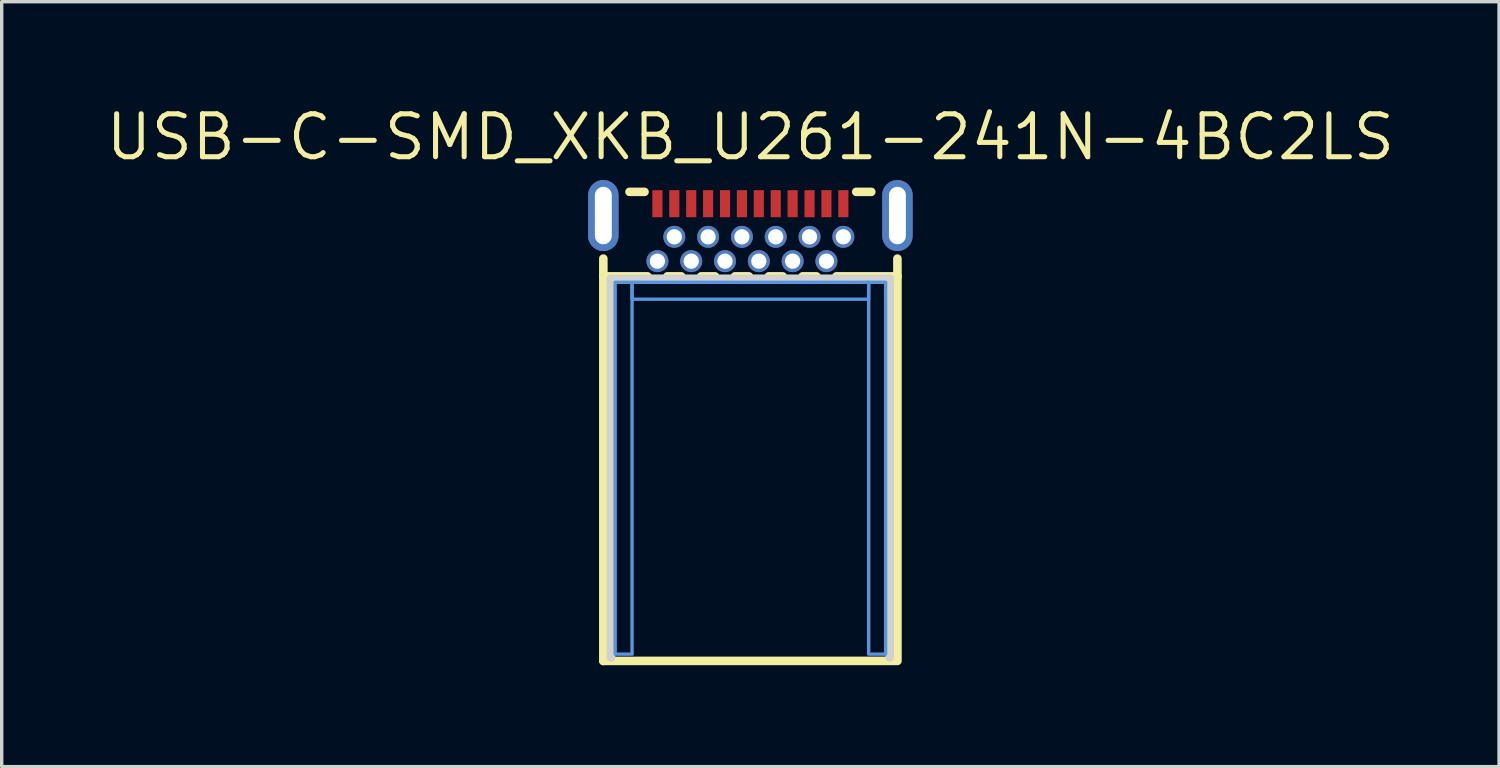
<source format=kicad_pcb>
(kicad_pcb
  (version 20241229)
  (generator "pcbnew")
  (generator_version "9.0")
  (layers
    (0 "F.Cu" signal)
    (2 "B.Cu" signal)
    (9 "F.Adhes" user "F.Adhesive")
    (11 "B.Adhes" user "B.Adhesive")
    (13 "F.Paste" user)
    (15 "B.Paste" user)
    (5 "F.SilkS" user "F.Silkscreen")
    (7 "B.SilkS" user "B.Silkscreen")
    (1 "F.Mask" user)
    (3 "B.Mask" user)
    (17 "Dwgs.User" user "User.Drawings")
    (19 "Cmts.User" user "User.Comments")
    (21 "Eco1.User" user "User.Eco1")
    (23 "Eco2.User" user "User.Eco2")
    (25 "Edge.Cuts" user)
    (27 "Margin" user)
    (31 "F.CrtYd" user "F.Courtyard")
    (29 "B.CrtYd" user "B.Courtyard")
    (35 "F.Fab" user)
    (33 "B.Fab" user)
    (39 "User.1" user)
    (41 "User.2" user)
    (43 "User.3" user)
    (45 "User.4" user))
  (footprint "USB-C-SMD_XKB_U261-241N-4BC2LS"
    (layer "F.Cu")
    (at 19.148 3.826)
    (property "Reference" "USB-C-SMD_XKB_U261-241N-4BC2LS" (at 0 -2.82 0) (layer "F.SilkS") (effects (font (size 1.27 1.27) (thickness 0.15))))
    (attr smd)
    (fp_line (start -4.35 1.299) (end -4.35 12.676) (stroke (width 0.254) (type solid)) (layer "F.SilkS"))
    (fp_line (start -4.35 1.3) (end -4.35 0.774) (stroke (width 0.254) (type solid)) (layer "F.SilkS"))
    (fp_line (start -4.35 12.676) (end 4.3 12.675) (stroke (width 0.254) (type solid)) (layer "F.SilkS"))
    (fp_line (start -3.131 -1.2) (end -3.576 -1.2) (stroke (width 0.254) (type solid)) (layer "F.SilkS"))
    (fp_line (start -3.044 1.3) (end -4.35 1.3) (stroke (width 0.254) (type solid)) (layer "F.SilkS"))
    (fp_line (start -2.044 1.3) (end -2.456 1.3) (stroke (width 0.254) (type solid)) (layer "F.SilkS"))
    (fp_line (start -1.044 1.3) (end -1.456 1.3) (stroke (width 0.254) (type solid)) (layer "F.SilkS"))
    (fp_line (start -0.044 1.3) (end -0.456 1.3) (stroke (width 0.254) (type solid)) (layer "F.SilkS"))
    (fp_line (start 0.956 1.3) (end 0.544 1.3) (stroke (width 0.254) (type solid)) (layer "F.SilkS"))
    (fp_line (start 1.956 1.3) (end 1.544 1.3) (stroke (width 0.254) (type solid)) (layer "F.SilkS"))
    (fp_line (start 3.576 -1.2) (end 3.131 -1.2) (stroke (width 0.254) (type solid)) (layer "F.SilkS"))
    (fp_line (start 4.35 1.3) (end 2.544 1.3) (stroke (width 0.254) (type solid)) (layer "F.SilkS"))
    (fp_line (start 4.35 1.3) (end 4.35 0.774) (stroke (width 0.254) (type solid)) (layer "F.SilkS"))
    (fp_line (start 4.35 1.3) (end 4.35 12.676) (stroke (width 0.254) (type solid)) (layer "F.SilkS"))
    (fp_poly (pts (xy -2.6 -0.45) (xy -2.6 -1.25) (xy -2.9 -1.25) (xy -2.9 -0.45)) (stroke (width 0) (type solid)) (fill yes) (layer "F.Paste"))
    (fp_poly (pts (xy -2.1 -0.45) (xy -2.1 -1.25) (xy -2.4 -1.25) (xy -2.4 -0.45)) (stroke (width 0) (type solid)) (fill yes) (layer "F.Paste"))
    (fp_poly (pts (xy -1.6 -0.45) (xy -1.6 -1.25) (xy -1.9 -1.25) (xy -1.9 -0.45)) (stroke (width 0) (type solid)) (fill yes) (layer "F.Paste"))
    (fp_poly (pts (xy -1.1 -0.45) (xy -1.1 -1.25) (xy -1.4 -1.25) (xy -1.4 -0.45)) (stroke (width 0) (type solid)) (fill yes) (layer "F.Paste"))
    (fp_poly (pts (xy -0.6 -0.45) (xy -0.6 -1.25) (xy -0.9 -1.25) (xy -0.9 -0.45)) (stroke (width 0) (type solid)) (fill yes) (layer "F.Paste"))
    (fp_poly (pts (xy -0.1 -0.45) (xy -0.1 -1.25) (xy -0.4 -1.25) (xy -0.4 -0.45)) (stroke (width 0) (type solid)) (fill yes) (layer "F.Paste"))
    (fp_poly (pts (xy 0.4 -0.45) (xy 0.4 -1.25) (xy 0.1 -1.25) (xy 0.1 -0.45)) (stroke (width 0) (type solid)) (fill yes) (layer "F.Paste"))
    (fp_poly (pts (xy 0.9 -0.45) (xy 0.9 -1.25) (xy 0.6 -1.25) (xy 0.6 -0.45)) (stroke (width 0) (type solid)) (fill yes) (layer "F.Paste"))
    (fp_poly (pts (xy 1.4 -0.45) (xy 1.4 -1.25) (xy 1.1 -1.25) (xy 1.1 -0.45)) (stroke (width 0) (type solid)) (fill yes) (layer "F.Paste"))
    (fp_poly (pts (xy 1.6 -1.25) (xy 1.6 -0.45) (xy 1.9 -0.45) (xy 1.9 -1.25)) (stroke (width 0) (type solid)) (fill yes) (layer "F.Paste"))
    (fp_poly (pts (xy 2.1 -1.25) (xy 2.1 -0.45) (xy 2.4 -0.45) (xy 2.4 -1.25)) (stroke (width 0) (type solid)) (fill yes) (layer "F.Paste"))
    (fp_poly (pts (xy 2.6 -1.25) (xy 2.6 -0.45) (xy 2.9 -0.45) (xy 2.9 -1.25)) (stroke (width 0) (type solid)) (fill yes) (layer "F.Paste"))
    (fp_poly (pts (xy -2.731 0.601) (xy -2.756 0.6) (xy -2.781 0.602) (xy -2.806 0.606) (xy -2.83 0.613) (xy -2.853 0.622) (xy -2.875 0.634) (xy -2.896 0.647) (xy -2.915 0.663) (xy -2.933 0.68) (xy -2.949 0.699) (xy -2.963 0.72) (xy -2.975 0.742) (xy -2.985 0.765) (xy -2.992 0.788) (xy -2.997 0.813) (xy -3 0.838) (xy -3 0.862) (xy -2.997 0.887) (xy -2.992 0.912) (xy -2.985 0.936) (xy -2.975 0.958) (xy -2.963 0.98) (xy -2.949 1.001) (xy -2.933 1.02) (xy -2.915 1.037) (xy -2.896 1.053) (xy -2.875 1.067) (xy -2.853 1.078) (xy -2.83 1.087) (xy -2.806 1.094) (xy -2.781 1.098) (xy -2.756 1.1) (xy -2.731 1.099) (xy -2.707 1.096) (xy -2.682 1.091) (xy -2.659 1.083) (xy -2.636 1.072) (xy -2.614 1.06) (xy -2.594 1.045) (xy -2.576 1.029) (xy -2.559 1.011) (xy -2.544 0.991) (xy -2.531 0.97) (xy -2.52 0.947) (xy -2.511 0.924) (xy -2.505 0.9) (xy -2.501 0.875) (xy -2.5 0.85) (xy -2.501 0.825) (xy -2.505 0.8) (xy -2.511 0.776) (xy -2.52 0.753) (xy -2.531 0.73) (xy -2.544 0.709) (xy -2.559 0.689) (xy -2.576 0.671) (xy -2.594 0.655) (xy -2.614 0.64) (xy -2.636 0.628) (xy -2.659 0.617) (xy -2.682 0.609) (xy -2.707 0.604)) (stroke (width 0) (type solid)) (fill yes) (layer "F.Paste"))
    (fp_poly (pts (xy -2.256 -0.12) (xy -2.281 -0.118) (xy -2.306 -0.114) (xy -2.33 -0.107) (xy -2.353 -0.098) (xy -2.375 -0.087) (xy -2.396 -0.073) (xy -2.415 -0.057) (xy -2.433 -0.04) (xy -2.449 -0.021) (xy -2.463 0) (xy -2.475 0.022) (xy -2.485 0.045) (xy -2.492 0.068) (xy -2.497 0.093) (xy -2.5 0.118) (xy -2.5 0.142) (xy -2.497 0.167) (xy -2.492 0.192) (xy -2.485 0.215) (xy -2.475 0.238) (xy -2.463 0.26) (xy -2.449 0.281) (xy -2.433 0.3) (xy -2.415 0.317) (xy -2.396 0.333) (xy -2.375 0.347) (xy -2.353 0.358) (xy -2.33 0.367) (xy -2.306 0.374) (xy -2.281 0.378) (xy -2.256 0.38) (xy -2.231 0.379) (xy -2.207 0.376) (xy -2.182 0.371) (xy -2.159 0.363) (xy -2.136 0.352) (xy -2.114 0.34) (xy -2.094 0.325) (xy -2.075 0.309) (xy -2.058 0.291) (xy -2.043 0.271) (xy -2.03 0.25) (xy -2.02 0.227) (xy -2.011 0.204) (xy -2.005 0.18) (xy -2.001 0.155) (xy -2 0.13) (xy -2.001 0.105) (xy -2.005 0.08) (xy -2.011 0.056) (xy -2.02 0.033) (xy -2.03 0.01) (xy -2.043 -0.011) (xy -2.058 -0.031) (xy -2.075 -0.049) (xy -2.094 -0.065) (xy -2.114 -0.08) (xy -2.136 -0.092) (xy -2.159 -0.103) (xy -2.182 -0.111) (xy -2.207 -0.116) (xy -2.231 -0.119)) (stroke (width 0) (type solid)) (fill yes) (layer "F.Paste"))
    (fp_poly (pts (xy -1.756 0.6) (xy -1.781 0.602) (xy -1.806 0.606) (xy -1.83 0.613) (xy -1.853 0.622) (xy -1.875 0.633) (xy -1.896 0.647) (xy -1.915 0.663) (xy -1.933 0.68) (xy -1.949 0.699) (xy -1.963 0.72) (xy -1.975 0.742) (xy -1.985 0.764) (xy -1.992 0.788) (xy -1.997 0.813) (xy -2 0.838) (xy -2 0.862) (xy -1.997 0.887) (xy -1.992 0.912) (xy -1.985 0.935) (xy -1.975 0.958) (xy -1.963 0.98) (xy -1.949 1.001) (xy -1.933 1.02) (xy -1.915 1.037) (xy -1.896 1.053) (xy -1.875 1.066) (xy -1.853 1.078) (xy -1.83 1.087) (xy -1.806 1.094) (xy -1.781 1.098) (xy -1.756 1.1) (xy -1.731 1.099) (xy -1.707 1.096) (xy -1.682 1.091) (xy -1.659 1.083) (xy -1.636 1.072) (xy -1.614 1.06) (xy -1.594 1.045) (xy -1.576 1.029) (xy -1.559 1.011) (xy -1.544 0.991) (xy -1.531 0.97) (xy -1.52 0.947) (xy -1.511 0.924) (xy -1.505 0.9) (xy -1.501 0.875) (xy -1.5 0.85) (xy -1.501 0.825) (xy -1.505 0.8) (xy -1.511 0.776) (xy -1.52 0.753) (xy -1.531 0.73) (xy -1.544 0.709) (xy -1.559 0.689) (xy -1.576 0.671) (xy -1.594 0.655) (xy -1.614 0.64) (xy -1.636 0.628) (xy -1.659 0.617) (xy -1.682 0.609) (xy -1.707 0.604) (xy -1.731 0.601)) (stroke (width 0) (type solid)) (fill yes) (layer "F.Paste"))
    (fp_poly (pts (xy -1.231 -0.119) (xy -1.256 -0.12) (xy -1.281 -0.118) (xy -1.306 -0.114) (xy -1.33 -0.107) (xy -1.353 -0.098) (xy -1.375 -0.087) (xy -1.396 -0.073) (xy -1.415 -0.057) (xy -1.433 -0.04) (xy -1.449 -0.021) (xy -1.463 0) (xy -1.475 0.022) (xy -1.485 0.045) (xy -1.492 0.068) (xy -1.497 0.093) (xy -1.5 0.118) (xy -1.5 0.142) (xy -1.497 0.167) (xy -1.492 0.192) (xy -1.485 0.215) (xy -1.475 0.238) (xy -1.463 0.26) (xy -1.449 0.281) (xy -1.433 0.3) (xy -1.415 0.317) (xy -1.396 0.333) (xy -1.375 0.347) (xy -1.353 0.358) (xy -1.33 0.367) (xy -1.306 0.374) (xy -1.281 0.378) (xy -1.256 0.38) (xy -1.231 0.379) (xy -1.207 0.376) (xy -1.182 0.371) (xy -1.159 0.363) (xy -1.136 0.352) (xy -1.114 0.34) (xy -1.094 0.325) (xy -1.075 0.309) (xy -1.058 0.291) (xy -1.043 0.271) (xy -1.03 0.25) (xy -1.02 0.227) (xy -1.011 0.204) (xy -1.005 0.18) (xy -1.001 0.155) (xy -1 0.13) (xy -1.001 0.105) (xy -1.005 0.08) (xy -1.011 0.056) (xy -1.02 0.033) (xy -1.03 0.01) (xy -1.043 -0.011) (xy -1.058 -0.031) (xy -1.075 -0.049) (xy -1.094 -0.065) (xy -1.114 -0.08) (xy -1.136 -0.092) (xy -1.159 -0.103) (xy -1.182 -0.111) (xy -1.207 -0.116)) (stroke (width 0) (type solid)) (fill yes) (layer "F.Paste"))
    (fp_poly (pts (xy -0.756 0.6) (xy -0.781 0.602) (xy -0.806 0.606) (xy -0.83 0.613) (xy -0.853 0.622) (xy -0.875 0.633) (xy -0.896 0.647) (xy -0.915 0.663) (xy -0.933 0.68) (xy -0.949 0.699) (xy -0.963 0.72) (xy -0.975 0.742) (xy -0.985 0.764) (xy -0.992 0.788) (xy -0.997 0.813) (xy -1 0.838) (xy -1 0.862) (xy -0.997 0.887) (xy -0.992 0.912) (xy -0.985 0.935) (xy -0.975 0.958) (xy -0.963 0.98) (xy -0.949 1.001) (xy -0.933 1.02) (xy -0.915 1.037) (xy -0.896 1.053) (xy -0.875 1.066) (xy -0.853 1.078) (xy -0.83 1.087) (xy -0.806 1.094) (xy -0.781 1.098) (xy -0.756 1.1) (xy -0.731 1.099) (xy -0.707 1.096) (xy -0.682 1.091) (xy -0.659 1.083) (xy -0.636 1.072) (xy -0.614 1.06) (xy -0.594 1.045) (xy -0.576 1.029) (xy -0.559 1.011) (xy -0.544 0.991) (xy -0.531 0.97) (xy -0.52 0.947) (xy -0.511 0.924) (xy -0.505 0.9) (xy -0.501 0.875) (xy -0.5 0.85) (xy -0.501 0.825) (xy -0.505 0.8) (xy -0.511 0.776) (xy -0.52 0.753) (xy -0.531 0.73) (xy -0.544 0.709) (xy -0.559 0.689) (xy -0.576 0.671) (xy -0.594 0.655) (xy -0.614 0.64) (xy -0.636 0.628) (xy -0.659 0.617) (xy -0.682 0.609) (xy -0.707 0.604) (xy -0.731 0.601)) (stroke (width 0) (type solid)) (fill yes) (layer "F.Paste"))
    (fp_poly (pts (xy -0.256 -0.12) (xy -0.281 -0.118) (xy -0.306 -0.114) (xy -0.33 -0.107) (xy -0.353 -0.098) (xy -0.375 -0.087) (xy -0.396 -0.073) (xy -0.415 -0.057) (xy -0.433 -0.04) (xy -0.449 -0.021) (xy -0.463 0) (xy -0.475 0.022) (xy -0.485 0.045) (xy -0.492 0.068) (xy -0.497 0.093) (xy -0.5 0.118) (xy -0.5 0.142) (xy -0.497 0.167) (xy -0.492 0.192) (xy -0.485 0.215) (xy -0.475 0.238) (xy -0.463 0.26) (xy -0.449 0.281) (xy -0.433 0.3) (xy -0.415 0.317) (xy -0.396 0.333) (xy -0.375 0.347) (xy -0.353 0.358) (xy -0.33 0.367) (xy -0.306 0.374) (xy -0.281 0.378) (xy -0.256 0.38) (xy -0.231 0.379) (xy -0.207 0.376) (xy -0.182 0.371) (xy -0.159 0.363) (xy -0.136 0.352) (xy -0.114 0.34) (xy -0.094 0.325) (xy -0.075 0.309) (xy -0.058 0.291) (xy -0.043 0.271) (xy -0.03 0.25) (xy -0.02 0.227) (xy -0.011 0.204) (xy -0.005 0.18) (xy -0.001 0.155) (xy 0 0.13) (xy -0.001 0.105) (xy -0.005 0.08) (xy -0.011 0.056) (xy -0.02 0.033) (xy -0.03 0.01) (xy -0.043 -0.011) (xy -0.058 -0.031) (xy -0.075 -0.049) (xy -0.094 -0.065) (xy -0.114 -0.08) (xy -0.136 -0.092) (xy -0.159 -0.103) (xy -0.182 -0.111) (xy -0.207 -0.116) (xy -0.231 -0.119)) (stroke (width 0) (type solid)) (fill yes) (layer "F.Paste"))
    (fp_poly (pts (xy 0.269 0.601) (xy 0.244 0.6) (xy 0.219 0.602) (xy 0.194 0.606) (xy 0.17 0.613) (xy 0.147 0.622) (xy 0.125 0.633) (xy 0.104 0.647) (xy 0.085 0.663) (xy 0.067 0.68) (xy 0.051 0.699) (xy 0.037 0.72) (xy 0.025 0.742) (xy 0.015 0.764) (xy 0.008 0.788) (xy 0.003 0.813) (xy 0 0.838) (xy 0 0.862) (xy 0.003 0.887) (xy 0.008 0.912) (xy 0.015 0.935) (xy 0.025 0.958) (xy 0.037 0.98) (xy 0.051 1.001) (xy 0.067 1.02) (xy 0.085 1.037) (xy 0.104 1.053) (xy 0.125 1.066) (xy 0.147 1.078) (xy 0.17 1.087) (xy 0.194 1.094) (xy 0.219 1.098) (xy 0.244 1.1) (xy 0.269 1.099) (xy 0.293 1.096) (xy 0.318 1.091) (xy 0.341 1.083) (xy 0.364 1.072) (xy 0.386 1.06) (xy 0.406 1.045) (xy 0.424 1.029) (xy 0.441 1.011) (xy 0.456 0.991) (xy 0.469 0.97) (xy 0.48 0.947) (xy 0.489 0.924) (xy 0.495 0.9) (xy 0.499 0.875) (xy 0.5 0.85) (xy 0.499 0.825) (xy 0.495 0.8) (xy 0.489 0.776) (xy 0.48 0.753) (xy 0.469 0.73) (xy 0.456 0.709) (xy 0.441 0.689) (xy 0.424 0.671) (xy 0.406 0.655) (xy 0.386 0.64) (xy 0.364 0.628) (xy 0.341 0.617) (xy 0.318 0.609) (xy 0.293 0.604)) (stroke (width 0) (type solid)) (fill yes) (layer "F.Paste"))
    (fp_poly (pts (xy 0.744 -0.12) (xy 0.719 -0.118) (xy 0.694 -0.114) (xy 0.67 -0.107) (xy 0.647 -0.098) (xy 0.625 -0.087) (xy 0.604 -0.073) (xy 0.585 -0.057) (xy 0.567 -0.04) (xy 0.551 -0.021) (xy 0.537 0) (xy 0.525 0.022) (xy 0.515 0.045) (xy 0.508 0.068) (xy 0.503 0.093) (xy 0.5 0.118) (xy 0.5 0.142) (xy 0.503 0.167) (xy 0.508 0.192) (xy 0.515 0.215) (xy 0.525 0.238) (xy 0.537 0.26) (xy 0.551 0.281) (xy 0.567 0.3) (xy 0.585 0.317) (xy 0.604 0.333) (xy 0.625 0.347) (xy 0.647 0.358) (xy 0.67 0.367) (xy 0.694 0.374) (xy 0.719 0.378) (xy 0.744 0.38) (xy 0.769 0.379) (xy 0.793 0.376) (xy 0.818 0.371) (xy 0.841 0.363) (xy 0.864 0.352) (xy 0.886 0.34) (xy 0.906 0.325) (xy 0.925 0.309) (xy 0.942 0.291) (xy 0.957 0.271) (xy 0.97 0.25) (xy 0.98 0.227) (xy 0.989 0.204) (xy 0.995 0.18) (xy 0.999 0.155) (xy 1 0.13) (xy 0.999 0.105) (xy 0.995 0.08) (xy 0.989 0.056) (xy 0.98 0.033) (xy 0.97 0.01) (xy 0.957 -0.011) (xy 0.942 -0.031) (xy 0.925 -0.049) (xy 0.906 -0.065) (xy 0.886 -0.08) (xy 0.864 -0.092) (xy 0.841 -0.103) (xy 0.818 -0.111) (xy 0.793 -0.116) (xy 0.769 -0.119)) (stroke (width 0) (type solid)) (fill yes) (layer "F.Paste"))
    (fp_poly (pts (xy 1.244 0.6) (xy 1.219 0.602) (xy 1.194 0.606) (xy 1.17 0.613) (xy 1.147 0.622) (xy 1.125 0.633) (xy 1.104 0.647) (xy 1.085 0.663) (xy 1.067 0.68) (xy 1.051 0.699) (xy 1.037 0.72) (xy 1.025 0.742) (xy 1.015 0.764) (xy 1.008 0.788) (xy 1.003 0.813) (xy 1 0.838) (xy 1 0.862) (xy 1.003 0.887) (xy 1.008 0.912) (xy 1.015 0.935) (xy 1.025 0.958) (xy 1.037 0.98) (xy 1.051 1.001) (xy 1.067 1.02) (xy 1.085 1.037) (xy 1.104 1.053) (xy 1.125 1.066) (xy 1.147 1.078) (xy 1.17 1.087) (xy 1.194 1.094) (xy 1.219 1.098) (xy 1.244 1.1) (xy 1.269 1.099) (xy 1.293 1.096) (xy 1.318 1.091) (xy 1.341 1.083) (xy 1.364 1.072) (xy 1.386 1.06) (xy 1.406 1.045) (xy 1.424 1.029) (xy 1.441 1.011) (xy 1.456 0.991) (xy 1.469 0.97) (xy 1.48 0.947) (xy 1.489 0.924) (xy 1.495 0.9) (xy 1.499 0.875) (xy 1.5 0.85) (xy 1.499 0.825) (xy 1.495 0.8) (xy 1.489 0.776) (xy 1.48 0.753) (xy 1.469 0.73) (xy 1.456 0.709) (xy 1.441 0.689) (xy 1.424 0.671) (xy 1.406 0.655) (xy 1.386 0.64) (xy 1.364 0.628) (xy 1.341 0.617) (xy 1.318 0.609) (xy 1.293 0.604) (xy 1.269 0.601)) (stroke (width 0) (type solid)) (fill yes) (layer "F.Paste"))
    (fp_poly (pts (xy 1.769 -0.119) (xy 1.744 -0.12) (xy 1.719 -0.118) (xy 1.694 -0.114) (xy 1.67 -0.107) (xy 1.647 -0.098) (xy 1.625 -0.087) (xy 1.604 -0.073) (xy 1.585 -0.057) (xy 1.567 -0.04) (xy 1.551 -0.021) (xy 1.537 0) (xy 1.525 0.022) (xy 1.515 0.045) (xy 1.508 0.068) (xy 1.503 0.093) (xy 1.5 0.118) (xy 1.5 0.142) (xy 1.503 0.167) (xy 1.508 0.192) (xy 1.515 0.215) (xy 1.525 0.238) (xy 1.537 0.26) (xy 1.551 0.281) (xy 1.567 0.3) (xy 1.585 0.317) (xy 1.604 0.333) (xy 1.625 0.347) (xy 1.647 0.358) (xy 1.67 0.367) (xy 1.694 0.374) (xy 1.719 0.378) (xy 1.744 0.38) (xy 1.769 0.379) (xy 1.793 0.376) (xy 1.818 0.371) (xy 1.841 0.363) (xy 1.864 0.352) (xy 1.886 0.34) (xy 1.906 0.325) (xy 1.925 0.309) (xy 1.942 0.291) (xy 1.957 0.271) (xy 1.97 0.25) (xy 1.98 0.227) (xy 1.989 0.204) (xy 1.995 0.18) (xy 1.999 0.155) (xy 2 0.13) (xy 1.999 0.105) (xy 1.995 0.08) (xy 1.989 0.056) (xy 1.98 0.033) (xy 1.97 0.01) (xy 1.957 -0.011) (xy 1.942 -0.031) (xy 1.925 -0.049) (xy 1.906 -0.065) (xy 1.886 -0.08) (xy 1.864 -0.092) (xy 1.841 -0.103) (xy 1.818 -0.111) (xy 1.793 -0.116)) (stroke (width 0) (type solid)) (fill yes) (layer "F.Paste"))
    (fp_poly (pts (xy 2.244 0.6) (xy 2.219 0.602) (xy 2.194 0.606) (xy 2.17 0.613) (xy 2.147 0.622) (xy 2.125 0.633) (xy 2.104 0.647) (xy 2.085 0.663) (xy 2.067 0.68) (xy 2.051 0.699) (xy 2.037 0.72) (xy 2.025 0.742) (xy 2.015 0.764) (xy 2.008 0.788) (xy 2.003 0.813) (xy 2 0.838) (xy 2 0.862) (xy 2.003 0.887) (xy 2.008 0.912) (xy 2.015 0.935) (xy 2.025 0.958) (xy 2.037 0.98) (xy 2.051 1.001) (xy 2.067 1.02) (xy 2.085 1.037) (xy 2.104 1.053) (xy 2.125 1.066) (xy 2.147 1.078) (xy 2.17 1.087) (xy 2.194 1.094) (xy 2.219 1.098) (xy 2.244 1.1) (xy 2.269 1.099) (xy 2.293 1.096) (xy 2.318 1.091) (xy 2.341 1.083) (xy 2.364 1.072) (xy 2.386 1.06) (xy 2.406 1.045) (xy 2.424 1.029) (xy 2.441 1.011) (xy 2.456 0.991) (xy 2.469 0.97) (xy 2.48 0.947) (xy 2.489 0.924) (xy 2.495 0.9) (xy 2.499 0.875) (xy 2.5 0.85) (xy 2.499 0.825) (xy 2.495 0.8) (xy 2.489 0.776) (xy 2.48 0.753) (xy 2.469 0.73) (xy 2.456 0.709) (xy 2.441 0.689) (xy 2.424 0.671) (xy 2.406 0.655) (xy 2.386 0.64) (xy 2.364 0.628) (xy 2.341 0.617) (xy 2.318 0.609) (xy 2.293 0.604) (xy 2.269 0.601)) (stroke (width 0) (type solid)) (fill yes) (layer "F.Paste"))
    (fp_poly (pts (xy 2.744 -0.12) (xy 2.719 -0.118) (xy 2.694 -0.114) (xy 2.67 -0.107) (xy 2.647 -0.098) (xy 2.625 -0.087) (xy 2.604 -0.073) (xy 2.585 -0.057) (xy 2.567 -0.04) (xy 2.551 -0.021) (xy 2.537 0) (xy 2.525 0.022) (xy 2.515 0.045) (xy 2.508 0.068) (xy 2.503 0.093) (xy 2.5 0.118) (xy 2.5 0.142) (xy 2.503 0.167) (xy 2.508 0.192) (xy 2.515 0.215) (xy 2.525 0.238) (xy 2.537 0.26) (xy 2.551 0.281) (xy 2.567 0.3) (xy 2.585 0.317) (xy 2.604 0.333) (xy 2.625 0.347) (xy 2.647 0.358) (xy 2.67 0.367) (xy 2.694 0.374) (xy 2.719 0.378) (xy 2.744 0.38) (xy 2.769 0.379) (xy 2.793 0.376) (xy 2.818 0.371) (xy 2.841 0.363) (xy 2.864 0.352) (xy 2.886 0.34) (xy 2.906 0.325) (xy 2.925 0.309) (xy 2.942 0.291) (xy 2.957 0.271) (xy 2.97 0.25) (xy 2.98 0.227) (xy 2.989 0.204) (xy 2.995 0.18) (xy 2.999 0.155) (xy 3 0.13) (xy 2.999 0.105) (xy 2.995 0.08) (xy 2.989 0.056) (xy 2.98 0.033) (xy 2.97 0.01) (xy 2.957 -0.011) (xy 2.942 -0.031) (xy 2.925 -0.049) (xy 2.906 -0.065) (xy 2.886 -0.08) (xy 2.864 -0.092) (xy 2.841 -0.103) (xy 2.818 -0.111) (xy 2.793 -0.116) (xy 2.769 -0.119)) (stroke (width 0) (type solid)) (fill yes) (layer "F.Paste"))
    (fp_poly (pts (xy -4.361 -1.55) (xy -4.384 -1.549) (xy -4.406 -1.547) (xy -4.428 -1.543) (xy -4.45 -1.539) (xy -4.472 -1.533) (xy -4.493 -1.527) (xy -4.514 -1.519) (xy -4.535 -1.51) (xy -4.555 -1.5) (xy -4.575 -1.49) (xy -4.594 -1.478) (xy -4.613 -1.465) (xy -4.631 -1.452) (xy -4.648 -1.437) (xy -4.664 -1.422) (xy -4.68 -1.406) (xy -4.695 -1.389) (xy -4.709 -1.372) (xy -4.722 -1.353) (xy -4.734 -1.335) (xy -4.745 -1.315) (xy -4.755 -1.295) (xy -4.765 -1.275) (xy -4.773 -1.254) (xy -4.78 -1.233) (xy -4.786 -1.211) (xy -4.791 -1.189) (xy -4.795 -1.167) (xy -4.798 -1.145) (xy -4.799 -1.122) (xy -4.8 -1.1) (xy -4.8 0.1) (xy -4.799 0.122) (xy -4.798 0.145) (xy -4.795 0.167) (xy -4.791 0.189) (xy -4.786 0.211) (xy -4.78 0.233) (xy -4.773 0.254) (xy -4.765 0.275) (xy -4.755 0.295) (xy -4.745 0.315) (xy -4.734 0.335) (xy -4.722 0.354) (xy -4.709 0.372) (xy -4.695 0.389) (xy -4.68 0.406) (xy -4.664 0.422) (xy -4.648 0.437) (xy -4.631 0.452) (xy -4.613 0.465) (xy -4.594 0.478) (xy -4.575 0.49) (xy -4.555 0.5) (xy -4.535 0.51) (xy -4.514 0.519) (xy -4.493 0.527) (xy -4.472 0.533) (xy -4.45 0.539) (xy -4.428 0.543) (xy -4.406 0.547) (xy -4.384 0.549) (xy -4.361 0.55) (xy -4.339 0.55) (xy -4.316 0.549) (xy -4.294 0.547) (xy -4.272 0.543) (xy -4.25 0.539) (xy -4.228 0.533) (xy -4.207 0.527) (xy -4.186 0.519) (xy -4.165 0.51) (xy -4.145 0.5) (xy -4.125 0.49) (xy -4.106 0.478) (xy -4.087 0.465) (xy -4.069 0.452) (xy -4.052 0.437) (xy -4.036 0.422) (xy -4.02 0.406) (xy -4.005 0.389) (xy -3.991 0.372) (xy -3.978 0.354) (xy -3.966 0.335) (xy -3.955 0.315) (xy -3.945 0.295) (xy -3.935 0.275) (xy -3.927 0.254) (xy -3.92 0.233) (xy -3.914 0.211) (xy -3.909 0.189) (xy -3.905 0.167) (xy -3.902 0.145) (xy -3.901 0.122) (xy -3.9 0.1) (xy -3.9 -1.1) (xy -3.901 -1.122) (xy -3.902 -1.145) (xy -3.905 -1.167) (xy -3.909 -1.189) (xy -3.914 -1.211) (xy -3.92 -1.233) (xy -3.927 -1.254) (xy -3.935 -1.275) (xy -3.945 -1.295) (xy -3.955 -1.315) (xy -3.966 -1.335) (xy -3.978 -1.353) (xy -3.991 -1.372) (xy -4.005 -1.389) (xy -4.02 -1.406) (xy -4.036 -1.422) (xy -4.052 -1.437) (xy -4.069 -1.452) (xy -4.087 -1.465) (xy -4.106 -1.478) (xy -4.125 -1.49) (xy -4.145 -1.5) (xy -4.165 -1.51) (xy -4.186 -1.519) (xy -4.207 -1.527) (xy -4.228 -1.533) (xy -4.25 -1.539) (xy -4.272 -1.543) (xy -4.294 -1.547) (xy -4.316 -1.549) (xy -4.339 -1.55)) (stroke (width 0) (type solid)) (fill yes) (layer "F.Paste"))
    (fp_poly (pts (xy 4.339 -1.55) (xy 4.316 -1.549) (xy 4.294 -1.547) (xy 4.272 -1.543) (xy 4.25 -1.539) (xy 4.228 -1.533) (xy 4.207 -1.527) (xy 4.186 -1.519) (xy 4.165 -1.51) (xy 4.145 -1.5) (xy 4.125 -1.49) (xy 4.106 -1.478) (xy 4.087 -1.465) (xy 4.069 -1.452) (xy 4.052 -1.437) (xy 4.036 -1.422) (xy 4.02 -1.406) (xy 4.005 -1.389) (xy 3.991 -1.372) (xy 3.978 -1.353) (xy 3.966 -1.335) (xy 3.955 -1.315) (xy 3.945 -1.295) (xy 3.935 -1.275) (xy 3.927 -1.254) (xy 3.92 -1.233) (xy 3.914 -1.211) (xy 3.909 -1.189) (xy 3.905 -1.167) (xy 3.902 -1.145) (xy 3.901 -1.122) (xy 3.9 -1.1) (xy 3.9 0.1) (xy 3.901 0.122) (xy 3.902 0.145) (xy 3.905 0.167) (xy 3.909 0.189) (xy 3.914 0.211) (xy 3.92 0.233) (xy 3.927 0.254) (xy 3.935 0.275) (xy 3.945 0.295) (xy 3.955 0.315) (xy 3.966 0.335) (xy 3.978 0.354) (xy 3.991 0.372) (xy 4.005 0.389) (xy 4.02 0.406) (xy 4.036 0.422) (xy 4.052 0.437) (xy 4.069 0.452) (xy 4.087 0.465) (xy 4.106 0.478) (xy 4.125 0.49) (xy 4.145 0.5) (xy 4.165 0.51) (xy 4.186 0.519) (xy 4.207 0.527) (xy 4.228 0.533) (xy 4.25 0.539) (xy 4.272 0.543) (xy 4.294 0.547) (xy 4.316 0.549) (xy 4.339 0.55) (xy 4.361 0.55) (xy 4.384 0.549) (xy 4.406 0.547) (xy 4.428 0.543) (xy 4.45 0.539) (xy 4.472 0.533) (xy 4.493 0.527) (xy 4.514 0.519) (xy 4.535 0.51) (xy 4.555 0.5) (xy 4.575 0.49) (xy 4.594 0.478) (xy 4.613 0.465) (xy 4.631 0.452) (xy 4.648 0.437) (xy 4.664 0.422) (xy 4.68 0.406) (xy 4.695 0.389) (xy 4.709 0.372) (xy 4.722 0.354) (xy 4.734 0.335) (xy 4.745 0.315) (xy 4.755 0.295) (xy 4.765 0.275) (xy 4.773 0.254) (xy 4.78 0.233) (xy 4.786 0.211) (xy 4.791 0.189) (xy 4.795 0.167) (xy 4.798 0.145) (xy 4.799 0.122) (xy 4.8 0.1) (xy 4.8 -1.1) (xy 4.799 -1.122) (xy 4.798 -1.145) (xy 4.795 -1.167) (xy 4.791 -1.189) (xy 4.786 -1.211) (xy 4.78 -1.233) (xy 4.773 -1.254) (xy 4.765 -1.275) (xy 4.755 -1.295) (xy 4.745 -1.315) (xy 4.734 -1.335) (xy 4.722 -1.353) (xy 4.709 -1.372) (xy 4.695 -1.389) (xy 4.68 -1.406) (xy 4.664 -1.422) (xy 4.648 -1.437) (xy 4.631 -1.452) (xy 4.613 -1.465) (xy 4.594 -1.478) (xy 4.575 -1.49) (xy 4.555 -1.5) (xy 4.535 -1.51) (xy 4.514 -1.519) (xy 4.493 -1.527) (xy 4.472 -1.533) (xy 4.45 -1.539) (xy 4.428 -1.543) (xy 4.406 -1.547) (xy 4.384 -1.549) (xy 4.361 -1.55)) (stroke (width 0) (type solid)) (fill yes) (layer "F.Paste"))
    (fp_poly (pts (xy -4 12.475) (xy -4 1.475) (xy -3.5 1.475) (xy -3.5 12.475)) (stroke (width 0.1) (type solid)) (fill no) (layer "Cmts.User"))
    (fp_poly (pts (xy -3.5 1.475) (xy 3.5 1.475) (xy 3.5 1.975) (xy -3.5 1.975)) (stroke (width 0.1) (type solid)) (fill no) (layer "Cmts.User"))
    (fp_poly (pts (xy 4 12.475) (xy 4 1.475) (xy 3.5 1.475) (xy 3.5 12.475)) (stroke (width 0.1) (type solid)) (fill no) (layer "Cmts.User"))
    (fp_line (start -4.125 1.37) (end -4.125 12.575) (stroke (width 0.254) (type solid)) (layer "Edge.Cuts"))
    (fp_line (start -4.125 1.37) (end 4.12 1.37) (stroke (width 0.254) (type solid)) (layer "Edge.Cuts"))
    (fp_line (start 4.12 1.37) (end 4.12 12.575) (stroke (width 0.254) (type solid)) (layer "Edge.Cuts"))
    (fp_text user "" (at 0 0 0) (layer "Cmts.User") (effects (font (size 1 1) (thickness 0.15))))
    (pad "25" thru_hole oval (at -4.35 -0.5) (size 0.9 2.1) (drill oval 0.5 1.7) (layers "*.Cu" "*.Paste" "*.Mask"))
    (pad "26" thru_hole oval (at 4.35 -0.5) (size 0.9 2.1) (drill oval 0.5 1.7) (layers "*.Cu" "*.Paste" "*.Mask"))
    (pad "A1" smd rect (at 2.75 -0.85) (size 0.3 0.8) (layers "F.Cu" "F.Mask" "F.Paste"))
    (pad "A2" smd rect (at 2.25 -0.85) (size 0.3 0.8) (layers "F.Cu" "F.Mask" "F.Paste"))
    (pad "A3" smd rect (at 1.75 -0.85) (size 0.3 0.8) (layers "F.Cu" "F.Mask" "F.Paste"))
    (pad "A4" smd rect (at 1.25 -0.85) (size 0.3 0.8) (layers "F.Cu" "F.Mask" "F.Paste"))
    (pad "A5" smd rect (at 0.75 -0.85) (size 0.3 0.8) (layers "F.Cu" "F.Mask" "F.Paste"))
    (pad "A6" smd rect (at 0.25 -0.85) (size 0.3 0.8) (layers "F.Cu" "F.Mask" "F.Paste"))
    (pad "A7" smd rect (at -0.25 -0.85) (size 0.3 0.8) (layers "F.Cu" "F.Mask" "F.Paste"))
    (pad "A8" smd rect (at -0.75 -0.85) (size 0.3 0.8) (layers "F.Cu" "F.Mask" "F.Paste"))
    (pad "A9" smd rect (at -1.25 -0.85) (size 0.3 0.8) (layers "F.Cu" "F.Mask" "F.Paste"))
    (pad "A10" smd rect (at -1.75 -0.85) (size 0.3 0.8) (layers "F.Cu" "F.Mask" "F.Paste"))
    (pad "A11" smd rect (at -2.25 -0.85) (size 0.3 0.8) (layers "F.Cu" "F.Mask" "F.Paste"))
    (pad "A12" smd rect (at -2.75 -0.85) (size 0.3 0.8) (layers "F.Cu" "F.Mask" "F.Paste"))
    (pad "B1" thru_hole circle (at -2.75 0.85) (size 0.65 0.65) (drill 0.45) (layers "*.Cu" "*.Paste" "*.Mask"))
    (pad "B2" thru_hole circle (at -2.25 0.13) (size 0.65 0.65) (drill 0.45) (layers "*.Cu" "*.Paste" "*.Mask"))
    (pad "B3" thru_hole circle (at -1.75 0.85) (size 0.65 0.65) (drill 0.45) (layers "*.Cu" "*.Paste" "*.Mask"))
    (pad "B4" thru_hole circle (at -1.25 0.13) (size 0.65 0.65) (drill 0.45) (layers "*.Cu" "*.Paste" "*.Mask"))
    (pad "B5" thru_hole circle (at -0.75 0.85) (size 0.65 0.65) (drill 0.45) (layers "*.Cu" "*.Paste" "*.Mask"))
    (pad "B6" thru_hole circle (at -0.25 0.13) (size 0.65 0.65) (drill 0.45) (layers "*.Cu" "*.Paste" "*.Mask"))
    (pad "B7" thru_hole circle (at 0.25 0.85) (size 0.65 0.65) (drill 0.45) (layers "*.Cu" "*.Paste" "*.Mask"))
    (pad "B8" thru_hole circle (at 0.75 0.13) (size 0.65 0.65) (drill 0.45) (layers "*.Cu" "*.Paste" "*.Mask"))
    (pad "B9" thru_hole circle (at 1.25 0.85) (size 0.65 0.65) (drill 0.45) (layers "*.Cu" "*.Paste" "*.Mask"))
    (pad "B10" thru_hole circle (at 1.75 0.13) (size 0.65 0.65) (drill 0.45) (layers "*.Cu" "*.Paste" "*.Mask"))
    (pad "B11" thru_hole circle (at 2.25 0.85) (size 0.65 0.65) (drill 0.45) (layers "*.Cu" "*.Paste" "*.Mask"))
    (pad "B12" thru_hole circle (at 2.75 0.13) (size 0.65 0.65) (drill 0.45) (layers "*.Cu" "*.Paste" "*.Mask")))
  (gr_rect
    (start -3 -3)
    (end 41.296 19.629)
    (stroke (width 0.1) (type default))
    (fill no)
    (layer "Edge.Cuts")))
</source>
